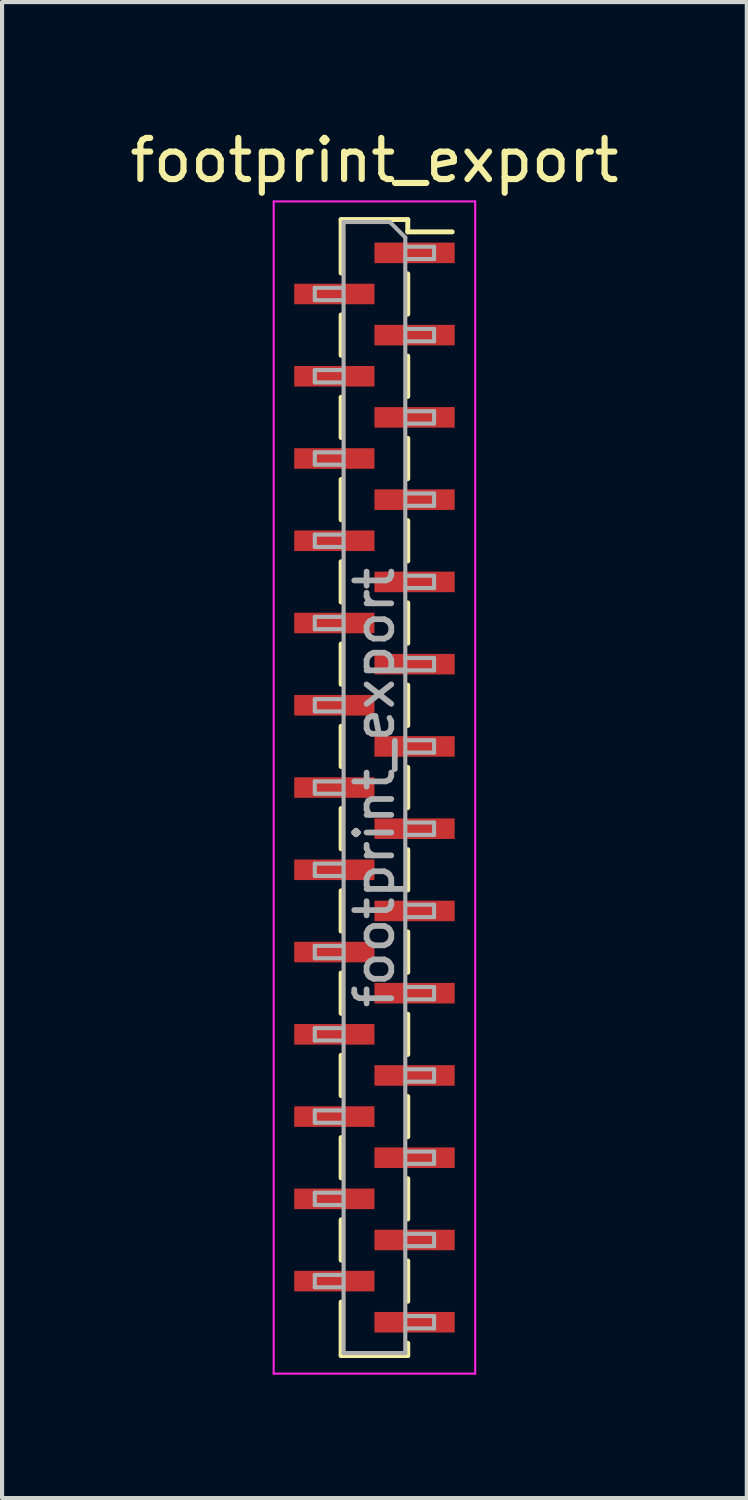
<source format=kicad_pcb>
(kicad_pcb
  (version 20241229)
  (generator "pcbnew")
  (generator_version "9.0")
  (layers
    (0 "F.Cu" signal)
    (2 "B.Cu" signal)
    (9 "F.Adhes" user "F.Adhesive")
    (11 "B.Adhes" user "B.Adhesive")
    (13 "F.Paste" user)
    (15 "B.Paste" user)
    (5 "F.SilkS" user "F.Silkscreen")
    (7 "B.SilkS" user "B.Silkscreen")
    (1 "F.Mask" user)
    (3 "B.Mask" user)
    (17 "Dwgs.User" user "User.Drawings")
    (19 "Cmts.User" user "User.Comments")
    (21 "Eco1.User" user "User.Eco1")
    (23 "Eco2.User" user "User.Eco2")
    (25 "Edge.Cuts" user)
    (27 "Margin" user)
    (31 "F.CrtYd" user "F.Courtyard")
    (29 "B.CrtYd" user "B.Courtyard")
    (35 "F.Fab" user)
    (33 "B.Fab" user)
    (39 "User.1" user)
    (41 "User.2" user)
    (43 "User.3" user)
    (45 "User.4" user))
  (footprint "footprint_export"
    (layer "F.Cu")
    (at 6.054 16.098)
    (property "Reference" "footprint_export" (at 0 -15.25 0) (layer "F.SilkS") (effects (font (size 1 1) (thickness 0.15))))
    (attr smd)
    (fp_line (start -0.81 -13.81) (end -0.81 -12.51) (stroke (width 0.12) (type solid)) (layer "F.SilkS"))
    (fp_line (start -0.81 -13.81) (end 0.81 -13.81) (stroke (width 0.12) (type solid)) (layer "F.SilkS"))
    (fp_line (start -0.81 -11.49) (end -0.81 -10.51) (stroke (width 0.12) (type solid)) (layer "F.SilkS"))
    (fp_line (start -0.81 -9.49) (end -0.81 -8.51) (stroke (width 0.12) (type solid)) (layer "F.SilkS"))
    (fp_line (start -0.81 -7.49) (end -0.81 -6.51) (stroke (width 0.12) (type solid)) (layer "F.SilkS"))
    (fp_line (start -0.81 -5.49) (end -0.81 -4.51) (stroke (width 0.12) (type solid)) (layer "F.SilkS"))
    (fp_line (start -0.81 -3.49) (end -0.81 -2.51) (stroke (width 0.12) (type solid)) (layer "F.SilkS"))
    (fp_line (start -0.81 -1.49) (end -0.81 -0.51) (stroke (width 0.12) (type solid)) (layer "F.SilkS"))
    (fp_line (start -0.81 0.51) (end -0.81 1.49) (stroke (width 0.12) (type solid)) (layer "F.SilkS"))
    (fp_line (start -0.81 2.51) (end -0.81 3.49) (stroke (width 0.12) (type solid)) (layer "F.SilkS"))
    (fp_line (start -0.81 4.51) (end -0.81 5.49) (stroke (width 0.12) (type solid)) (layer "F.SilkS"))
    (fp_line (start -0.81 6.51) (end -0.81 7.49) (stroke (width 0.12) (type solid)) (layer "F.SilkS"))
    (fp_line (start -0.81 8.51) (end -0.81 9.49) (stroke (width 0.12) (type solid)) (layer "F.SilkS"))
    (fp_line (start -0.81 10.51) (end -0.81 11.49) (stroke (width 0.12) (type solid)) (layer "F.SilkS"))
    (fp_line (start -0.81 12.51) (end -0.81 13.81) (stroke (width 0.12) (type solid)) (layer "F.SilkS"))
    (fp_line (start -0.81 13.81) (end 0.81 13.81) (stroke (width 0.12) (type solid)) (layer "F.SilkS"))
    (fp_line (start 0.81 -13.81) (end 0.81 -13.51) (stroke (width 0.12) (type solid)) (layer "F.SilkS"))
    (fp_line (start 0.81 -13.51) (end 1.89 -13.51) (stroke (width 0.12) (type solid)) (layer "F.SilkS"))
    (fp_line (start 0.81 -12.49) (end 0.81 -11.51) (stroke (width 0.12) (type solid)) (layer "F.SilkS"))
    (fp_line (start 0.81 -10.49) (end 0.81 -9.51) (stroke (width 0.12) (type solid)) (layer "F.SilkS"))
    (fp_line (start 0.81 -8.49) (end 0.81 -7.51) (stroke (width 0.12) (type solid)) (layer "F.SilkS"))
    (fp_line (start 0.81 -6.49) (end 0.81 -5.51) (stroke (width 0.12) (type solid)) (layer "F.SilkS"))
    (fp_line (start 0.81 -4.49) (end 0.81 -3.51) (stroke (width 0.12) (type solid)) (layer "F.SilkS"))
    (fp_line (start 0.81 -2.49) (end 0.81 -1.51) (stroke (width 0.12) (type solid)) (layer "F.SilkS"))
    (fp_line (start 0.81 -0.49) (end 0.81 0.49) (stroke (width 0.12) (type solid)) (layer "F.SilkS"))
    (fp_line (start 0.81 1.51) (end 0.81 2.49) (stroke (width 0.12) (type solid)) (layer "F.SilkS"))
    (fp_line (start 0.81 3.51) (end 0.81 4.49) (stroke (width 0.12) (type solid)) (layer "F.SilkS"))
    (fp_line (start 0.81 5.51) (end 0.81 6.49) (stroke (width 0.12) (type solid)) (layer "F.SilkS"))
    (fp_line (start 0.81 7.51) (end 0.81 8.49) (stroke (width 0.12) (type solid)) (layer "F.SilkS"))
    (fp_line (start 0.81 9.51) (end 0.81 10.49) (stroke (width 0.12) (type solid)) (layer "F.SilkS"))
    (fp_line (start 0.81 11.51) (end 0.81 12.49) (stroke (width 0.12) (type solid)) (layer "F.SilkS"))
    (fp_line (start 0.81 13.51) (end 0.81 13.81) (stroke (width 0.12) (type solid)) (layer "F.SilkS"))
    (fp_line (start -2.45 -14.25) (end 2.45 -14.25) (stroke (width 0.05) (type solid)) (layer "F.CrtYd"))
    (fp_line (start -2.45 14.25) (end -2.45 -14.25) (stroke (width 0.05) (type solid)) (layer "F.CrtYd"))
    (fp_line (start 2.45 -14.25) (end 2.45 14.25) (stroke (width 0.05) (type solid)) (layer "F.CrtYd"))
    (fp_line (start 2.45 14.25) (end -2.45 14.25) (stroke (width 0.05) (type solid)) (layer "F.CrtYd"))
    (fp_line (start -1.45 -12.15) (end -0.75 -12.15) (stroke (width 0.1) (type solid)) (layer "F.Fab"))
    (fp_line (start -1.45 -11.85) (end -1.45 -12.15) (stroke (width 0.1) (type solid)) (layer "F.Fab"))
    (fp_line (start -1.45 -10.15) (end -0.75 -10.15) (stroke (width 0.1) (type solid)) (layer "F.Fab"))
    (fp_line (start -1.45 -9.85) (end -1.45 -10.15) (stroke (width 0.1) (type solid)) (layer "F.Fab"))
    (fp_line (start -1.45 -8.15) (end -0.75 -8.15) (stroke (width 0.1) (type solid)) (layer "F.Fab"))
    (fp_line (start -1.45 -7.85) (end -1.45 -8.15) (stroke (width 0.1) (type solid)) (layer "F.Fab"))
    (fp_line (start -1.45 -6.15) (end -0.75 -6.15) (stroke (width 0.1) (type solid)) (layer "F.Fab"))
    (fp_line (start -1.45 -5.85) (end -1.45 -6.15) (stroke (width 0.1) (type solid)) (layer "F.Fab"))
    (fp_line (start -1.45 -4.15) (end -0.75 -4.15) (stroke (width 0.1) (type solid)) (layer "F.Fab"))
    (fp_line (start -1.45 -3.85) (end -1.45 -4.15) (stroke (width 0.1) (type solid)) (layer "F.Fab"))
    (fp_line (start -1.45 -2.15) (end -0.75 -2.15) (stroke (width 0.1) (type solid)) (layer "F.Fab"))
    (fp_line (start -1.45 -1.85) (end -1.45 -2.15) (stroke (width 0.1) (type solid)) (layer "F.Fab"))
    (fp_line (start -1.45 -0.15) (end -0.75 -0.15) (stroke (width 0.1) (type solid)) (layer "F.Fab"))
    (fp_line (start -1.45 0.15) (end -1.45 -0.15) (stroke (width 0.1) (type solid)) (layer "F.Fab"))
    (fp_line (start -1.45 1.85) (end -0.75 1.85) (stroke (width 0.1) (type solid)) (layer "F.Fab"))
    (fp_line (start -1.45 2.15) (end -1.45 1.85) (stroke (width 0.1) (type solid)) (layer "F.Fab"))
    (fp_line (start -1.45 3.85) (end -0.75 3.85) (stroke (width 0.1) (type solid)) (layer "F.Fab"))
    (fp_line (start -1.45 4.15) (end -1.45 3.85) (stroke (width 0.1) (type solid)) (layer "F.Fab"))
    (fp_line (start -1.45 5.85) (end -0.75 5.85) (stroke (width 0.1) (type solid)) (layer "F.Fab"))
    (fp_line (start -1.45 6.15) (end -1.45 5.85) (stroke (width 0.1) (type solid)) (layer "F.Fab"))
    (fp_line (start -1.45 7.85) (end -0.75 7.85) (stroke (width 0.1) (type solid)) (layer "F.Fab"))
    (fp_line (start -1.45 8.15) (end -1.45 7.85) (stroke (width 0.1) (type solid)) (layer "F.Fab"))
    (fp_line (start -1.45 9.85) (end -0.75 9.85) (stroke (width 0.1) (type solid)) (layer "F.Fab"))
    (fp_line (start -1.45 10.15) (end -1.45 9.85) (stroke (width 0.1) (type solid)) (layer "F.Fab"))
    (fp_line (start -1.45 11.85) (end -0.75 11.85) (stroke (width 0.1) (type solid)) (layer "F.Fab"))
    (fp_line (start -1.45 12.15) (end -1.45 11.85) (stroke (width 0.1) (type solid)) (layer "F.Fab"))
    (fp_line (start -0.75 -13.75) (end 0.375 -13.75) (stroke (width 0.1) (type solid)) (layer "F.Fab"))
    (fp_line (start -0.75 -11.85) (end -1.45 -11.85) (stroke (width 0.1) (type solid)) (layer "F.Fab"))
    (fp_line (start -0.75 -9.85) (end -1.45 -9.85) (stroke (width 0.1) (type solid)) (layer "F.Fab"))
    (fp_line (start -0.75 -7.85) (end -1.45 -7.85) (stroke (width 0.1) (type solid)) (layer "F.Fab"))
    (fp_line (start -0.75 -5.85) (end -1.45 -5.85) (stroke (width 0.1) (type solid)) (layer "F.Fab"))
    (fp_line (start -0.75 -3.85) (end -1.45 -3.85) (stroke (width 0.1) (type solid)) (layer "F.Fab"))
    (fp_line (start -0.75 -1.85) (end -1.45 -1.85) (stroke (width 0.1) (type solid)) (layer "F.Fab"))
    (fp_line (start -0.75 0.15) (end -1.45 0.15) (stroke (width 0.1) (type solid)) (layer "F.Fab"))
    (fp_line (start -0.75 2.15) (end -1.45 2.15) (stroke (width 0.1) (type solid)) (layer "F.Fab"))
    (fp_line (start -0.75 4.15) (end -1.45 4.15) (stroke (width 0.1) (type solid)) (layer "F.Fab"))
    (fp_line (start -0.75 6.15) (end -1.45 6.15) (stroke (width 0.1) (type solid)) (layer "F.Fab"))
    (fp_line (start -0.75 8.15) (end -1.45 8.15) (stroke (width 0.1) (type solid)) (layer "F.Fab"))
    (fp_line (start -0.75 10.15) (end -1.45 10.15) (stroke (width 0.1) (type solid)) (layer "F.Fab"))
    (fp_line (start -0.75 12.15) (end -1.45 12.15) (stroke (width 0.1) (type solid)) (layer "F.Fab"))
    (fp_line (start -0.75 13.75) (end -0.75 -13.75) (stroke (width 0.1) (type solid)) (layer "F.Fab"))
    (fp_line (start 0.375 -13.75) (end 0.75 -13.375) (stroke (width 0.1) (type solid)) (layer "F.Fab"))
    (fp_line (start 0.75 -13.375) (end 0.75 13.75) (stroke (width 0.1) (type solid)) (layer "F.Fab"))
    (fp_line (start 0.75 -13.15) (end 1.45 -13.15) (stroke (width 0.1) (type solid)) (layer "F.Fab"))
    (fp_line (start 0.75 -11.15) (end 1.45 -11.15) (stroke (width 0.1) (type solid)) (layer "F.Fab"))
    (fp_line (start 0.75 -9.15) (end 1.45 -9.15) (stroke (width 0.1) (type solid)) (layer "F.Fab"))
    (fp_line (start 0.75 -7.15) (end 1.45 -7.15) (stroke (width 0.1) (type solid)) (layer "F.Fab"))
    (fp_line (start 0.75 -5.15) (end 1.45 -5.15) (stroke (width 0.1) (type solid)) (layer "F.Fab"))
    (fp_line (start 0.75 -3.15) (end 1.45 -3.15) (stroke (width 0.1) (type solid)) (layer "F.Fab"))
    (fp_line (start 0.75 -1.15) (end 1.45 -1.15) (stroke (width 0.1) (type solid)) (layer "F.Fab"))
    (fp_line (start 0.75 0.85) (end 1.45 0.85) (stroke (width 0.1) (type solid)) (layer "F.Fab"))
    (fp_line (start 0.75 2.85) (end 1.45 2.85) (stroke (width 0.1) (type solid)) (layer "F.Fab"))
    (fp_line (start 0.75 4.85) (end 1.45 4.85) (stroke (width 0.1) (type solid)) (layer "F.Fab"))
    (fp_line (start 0.75 6.85) (end 1.45 6.85) (stroke (width 0.1) (type solid)) (layer "F.Fab"))
    (fp_line (start 0.75 8.85) (end 1.45 8.85) (stroke (width 0.1) (type solid)) (layer "F.Fab"))
    (fp_line (start 0.75 10.85) (end 1.45 10.85) (stroke (width 0.1) (type solid)) (layer "F.Fab"))
    (fp_line (start 0.75 12.85) (end 1.45 12.85) (stroke (width 0.1) (type solid)) (layer "F.Fab"))
    (fp_line (start 0.75 13.75) (end -0.75 13.75) (stroke (width 0.1) (type solid)) (layer "F.Fab"))
    (fp_line (start 1.45 -13.15) (end 1.45 -12.85) (stroke (width 0.1) (type solid)) (layer "F.Fab"))
    (fp_line (start 1.45 -12.85) (end 0.75 -12.85) (stroke (width 0.1) (type solid)) (layer "F.Fab"))
    (fp_line (start 1.45 -11.15) (end 1.45 -10.85) (stroke (width 0.1) (type solid)) (layer "F.Fab"))
    (fp_line (start 1.45 -10.85) (end 0.75 -10.85) (stroke (width 0.1) (type solid)) (layer "F.Fab"))
    (fp_line (start 1.45 -9.15) (end 1.45 -8.85) (stroke (width 0.1) (type solid)) (layer "F.Fab"))
    (fp_line (start 1.45 -8.85) (end 0.75 -8.85) (stroke (width 0.1) (type solid)) (layer "F.Fab"))
    (fp_line (start 1.45 -7.15) (end 1.45 -6.85) (stroke (width 0.1) (type solid)) (layer "F.Fab"))
    (fp_line (start 1.45 -6.85) (end 0.75 -6.85) (stroke (width 0.1) (type solid)) (layer "F.Fab"))
    (fp_line (start 1.45 -5.15) (end 1.45 -4.85) (stroke (width 0.1) (type solid)) (layer "F.Fab"))
    (fp_line (start 1.45 -4.85) (end 0.75 -4.85) (stroke (width 0.1) (type solid)) (layer "F.Fab"))
    (fp_line (start 1.45 -3.15) (end 1.45 -2.85) (stroke (width 0.1) (type solid)) (layer "F.Fab"))
    (fp_line (start 1.45 -2.85) (end 0.75 -2.85) (stroke (width 0.1) (type solid)) (layer "F.Fab"))
    (fp_line (start 1.45 -1.15) (end 1.45 -0.85) (stroke (width 0.1) (type solid)) (layer "F.Fab"))
    (fp_line (start 1.45 -0.85) (end 0.75 -0.85) (stroke (width 0.1) (type solid)) (layer "F.Fab"))
    (fp_line (start 1.45 0.85) (end 1.45 1.15) (stroke (width 0.1) (type solid)) (layer "F.Fab"))
    (fp_line (start 1.45 1.15) (end 0.75 1.15) (stroke (width 0.1) (type solid)) (layer "F.Fab"))
    (fp_line (start 1.45 2.85) (end 1.45 3.15) (stroke (width 0.1) (type solid)) (layer "F.Fab"))
    (fp_line (start 1.45 3.15) (end 0.75 3.15) (stroke (width 0.1) (type solid)) (layer "F.Fab"))
    (fp_line (start 1.45 4.85) (end 1.45 5.15) (stroke (width 0.1) (type solid)) (layer "F.Fab"))
    (fp_line (start 1.45 5.15) (end 0.75 5.15) (stroke (width 0.1) (type solid)) (layer "F.Fab"))
    (fp_line (start 1.45 6.85) (end 1.45 7.15) (stroke (width 0.1) (type solid)) (layer "F.Fab"))
    (fp_line (start 1.45 7.15) (end 0.75 7.15) (stroke (width 0.1) (type solid)) (layer "F.Fab"))
    (fp_line (start 1.45 8.85) (end 1.45 9.15) (stroke (width 0.1) (type solid)) (layer "F.Fab"))
    (fp_line (start 1.45 9.15) (end 0.75 9.15) (stroke (width 0.1) (type solid)) (layer "F.Fab"))
    (fp_line (start 1.45 10.85) (end 1.45 11.15) (stroke (width 0.1) (type solid)) (layer "F.Fab"))
    (fp_line (start 1.45 11.15) (end 0.75 11.15) (stroke (width 0.1) (type solid)) (layer "F.Fab"))
    (fp_line (start 1.45 12.85) (end 1.45 13.15) (stroke (width 0.1) (type solid)) (layer "F.Fab"))
    (fp_line (start 1.45 13.15) (end 0.75 13.15) (stroke (width 0.1) (type solid)) (layer "F.Fab"))
    (fp_text user "${REFERENCE}" (at 0 0 90) (layer "F.Fab") (effects (font (size 0.9 0.9) (thickness 0.14))))
    (pad "1" smd rect (at 0.975 -13) (size 1.95 0.5) (layers "F.Cu" "F.Mask" "F.Paste"))
    (pad "2" smd rect (at -0.975 -12) (size 1.95 0.5) (layers "F.Cu" "F.Mask" "F.Paste"))
    (pad "3" smd rect (at 0.975 -11) (size 1.95 0.5) (layers "F.Cu" "F.Mask" "F.Paste"))
    (pad "4" smd rect (at -0.975 -10) (size 1.95 0.5) (layers "F.Cu" "F.Mask" "F.Paste"))
    (pad "5" smd rect (at 0.975 -9) (size 1.95 0.5) (layers "F.Cu" "F.Mask" "F.Paste"))
    (pad "6" smd rect (at -0.975 -8) (size 1.95 0.5) (layers "F.Cu" "F.Mask" "F.Paste"))
    (pad "7" smd rect (at 0.975 -7) (size 1.95 0.5) (layers "F.Cu" "F.Mask" "F.Paste"))
    (pad "8" smd rect (at -0.975 -6) (size 1.95 0.5) (layers "F.Cu" "F.Mask" "F.Paste"))
    (pad "9" smd rect (at 0.975 -5) (size 1.95 0.5) (layers "F.Cu" "F.Mask" "F.Paste"))
    (pad "10" smd rect (at -0.975 -4) (size 1.95 0.5) (layers "F.Cu" "F.Mask" "F.Paste"))
    (pad "11" smd rect (at 0.975 -3) (size 1.95 0.5) (layers "F.Cu" "F.Mask" "F.Paste"))
    (pad "12" smd rect (at -0.975 -2) (size 1.95 0.5) (layers "F.Cu" "F.Mask" "F.Paste"))
    (pad "13" smd rect (at 0.975 -1) (size 1.95 0.5) (layers "F.Cu" "F.Mask" "F.Paste"))
    (pad "14" smd rect (at -0.975 0) (size 1.95 0.5) (layers "F.Cu" "F.Mask" "F.Paste"))
    (pad "15" smd rect (at 0.975 1) (size 1.95 0.5) (layers "F.Cu" "F.Mask" "F.Paste"))
    (pad "16" smd rect (at -0.975 2) (size 1.95 0.5) (layers "F.Cu" "F.Mask" "F.Paste"))
    (pad "17" smd rect (at 0.975 3) (size 1.95 0.5) (layers "F.Cu" "F.Mask" "F.Paste"))
    (pad "18" smd rect (at -0.975 4) (size 1.95 0.5) (layers "F.Cu" "F.Mask" "F.Paste"))
    (pad "19" smd rect (at 0.975 5) (size 1.95 0.5) (layers "F.Cu" "F.Mask" "F.Paste"))
    (pad "20" smd rect (at -0.975 6) (size 1.95 0.5) (layers "F.Cu" "F.Mask" "F.Paste"))
    (pad "21" smd rect (at 0.975 7) (size 1.95 0.5) (layers "F.Cu" "F.Mask" "F.Paste"))
    (pad "22" smd rect (at -0.975 8) (size 1.95 0.5) (layers "F.Cu" "F.Mask" "F.Paste"))
    (pad "23" smd rect (at 0.975 9) (size 1.95 0.5) (layers "F.Cu" "F.Mask" "F.Paste"))
    (pad "24" smd rect (at -0.975 10) (size 1.95 0.5) (layers "F.Cu" "F.Mask" "F.Paste"))
    (pad "25" smd rect (at 0.975 11) (size 1.95 0.5) (layers "F.Cu" "F.Mask" "F.Paste"))
    (pad "26" smd rect (at -0.975 12) (size 1.95 0.5) (layers "F.Cu" "F.Mask" "F.Paste"))
    (pad "27" smd rect (at 0.975 13) (size 1.95 0.5) (layers "F.Cu" "F.Mask" "F.Paste")))
  (gr_rect
    (start -3 -3)
    (end 15.107 33.373)
    (stroke (width 0.1) (type default))
    (fill no)
    (layer "Edge.Cuts")))
</source>
